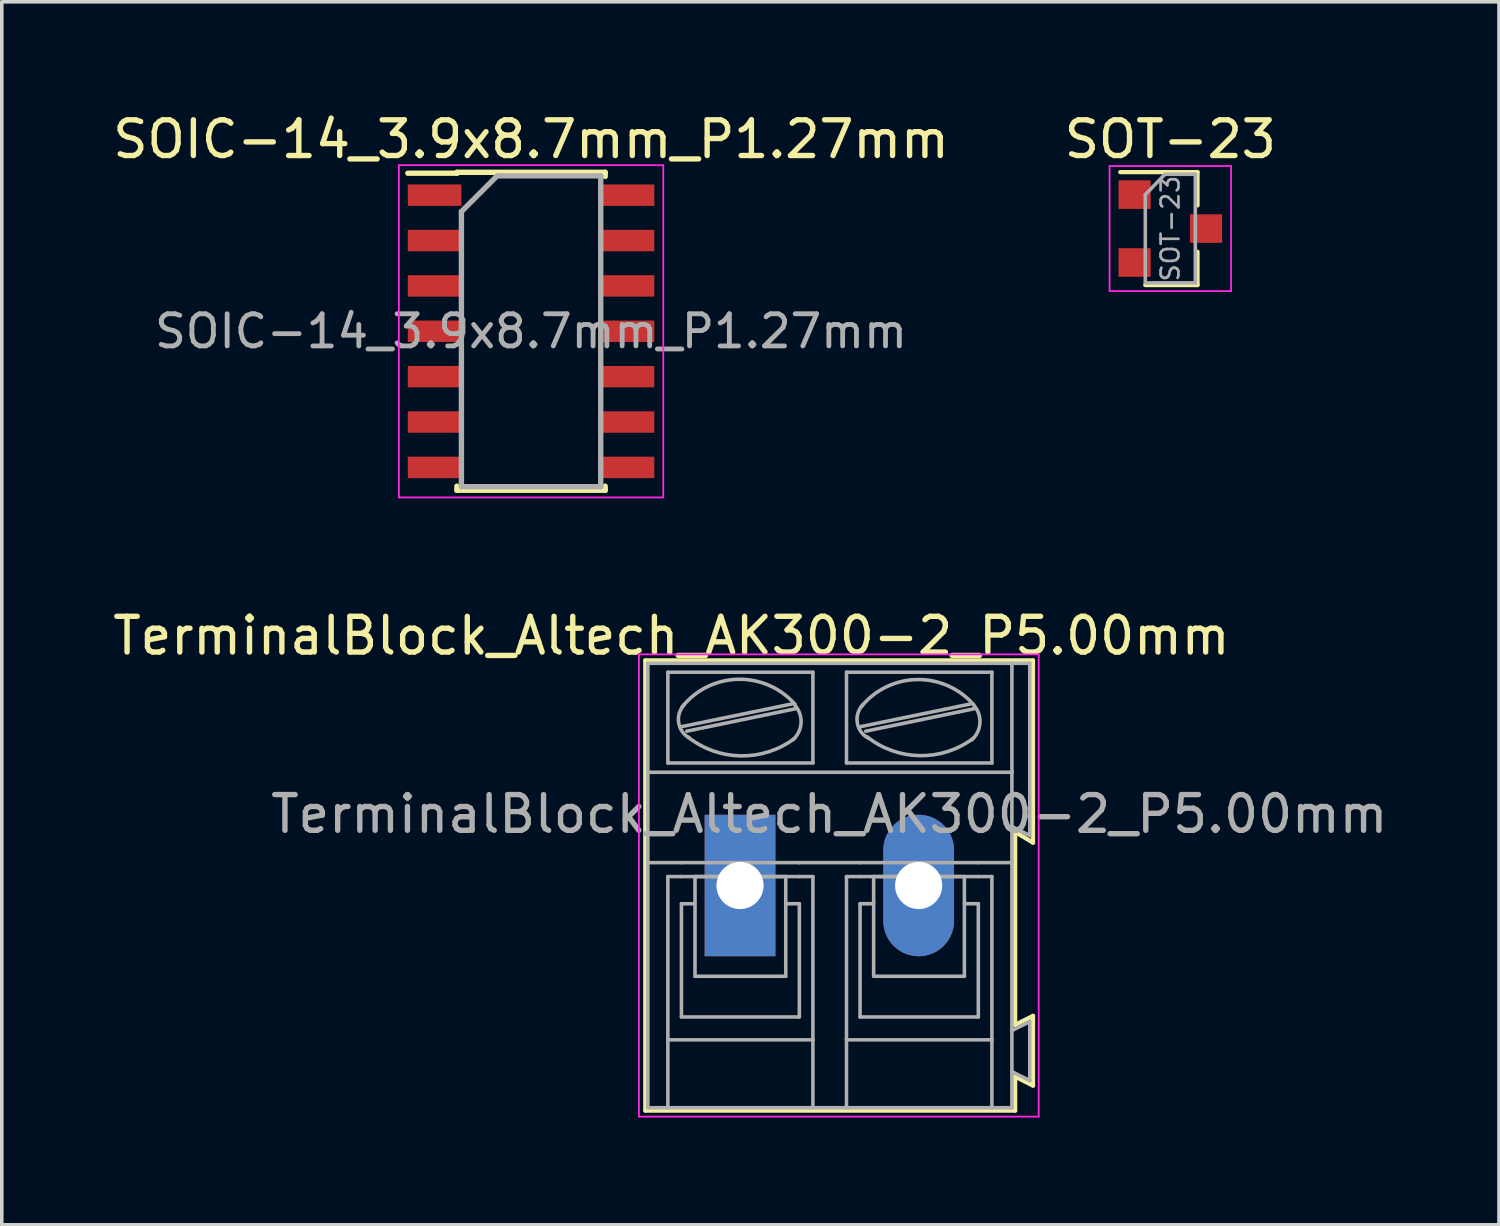
<source format=kicad_pcb>
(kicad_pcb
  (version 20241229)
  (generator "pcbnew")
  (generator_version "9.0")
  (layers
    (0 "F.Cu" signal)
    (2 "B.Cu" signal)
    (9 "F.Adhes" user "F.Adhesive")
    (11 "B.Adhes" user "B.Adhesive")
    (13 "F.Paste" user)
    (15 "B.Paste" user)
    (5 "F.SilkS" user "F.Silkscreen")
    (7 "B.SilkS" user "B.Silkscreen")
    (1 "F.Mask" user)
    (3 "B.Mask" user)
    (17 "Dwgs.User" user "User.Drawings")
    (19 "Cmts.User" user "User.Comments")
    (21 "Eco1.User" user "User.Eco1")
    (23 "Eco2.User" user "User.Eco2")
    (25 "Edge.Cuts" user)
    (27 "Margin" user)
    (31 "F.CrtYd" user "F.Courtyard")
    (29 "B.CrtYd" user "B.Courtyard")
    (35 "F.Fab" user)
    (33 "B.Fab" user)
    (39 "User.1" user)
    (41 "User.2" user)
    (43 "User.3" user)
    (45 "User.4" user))
  (footprint "SOIC-14_3.9x8.7mm_P1.27mm"
    (layer "F.Cu")
    (at 11.815 6.223)
    (property "Reference" "SOIC-14_3.9x8.7mm_P1.27mm" (at 0 -5.375 0) (layer "F.SilkS") (effects (font (size 1 1) (thickness 0.15))))
    (attr smd)
    (fp_line (start -2.075 -4.45) (end -2.075 -4.425) (stroke (width 0.15) (type solid)) (layer "F.SilkS"))
    (fp_line (start -2.075 -4.45) (end 2.075 -4.45) (stroke (width 0.15) (type solid)) (layer "F.SilkS"))
    (fp_line (start -2.075 -4.425) (end -3.45 -4.425) (stroke (width 0.15) (type solid)) (layer "F.SilkS"))
    (fp_line (start -2.075 4.45) (end -2.075 4.335) (stroke (width 0.15) (type solid)) (layer "F.SilkS"))
    (fp_line (start -2.075 4.45) (end 2.075 4.45) (stroke (width 0.15) (type solid)) (layer "F.SilkS"))
    (fp_line (start 2.075 -4.45) (end 2.075 -4.335) (stroke (width 0.15) (type solid)) (layer "F.SilkS"))
    (fp_line (start 2.075 4.45) (end 2.075 4.335) (stroke (width 0.15) (type solid)) (layer "F.SilkS"))
    (fp_line (start -3.7 -4.65) (end -3.7 4.65) (stroke (width 0.05) (type solid)) (layer "F.CrtYd"))
    (fp_line (start -3.7 -4.65) (end 3.7 -4.65) (stroke (width 0.05) (type solid)) (layer "F.CrtYd"))
    (fp_line (start -3.7 4.65) (end 3.7 4.65) (stroke (width 0.05) (type solid)) (layer "F.CrtYd"))
    (fp_line (start 3.7 -4.65) (end 3.7 4.65) (stroke (width 0.05) (type solid)) (layer "F.CrtYd"))
    (fp_line (start -1.95 -3.35) (end -0.95 -4.35) (stroke (width 0.15) (type solid)) (layer "F.Fab"))
    (fp_line (start -1.95 4.35) (end -1.95 -3.35) (stroke (width 0.15) (type solid)) (layer "F.Fab"))
    (fp_line (start -0.95 -4.35) (end 1.95 -4.35) (stroke (width 0.15) (type solid)) (layer "F.Fab"))
    (fp_line (start 1.95 -4.35) (end 1.95 4.35) (stroke (width 0.15) (type solid)) (layer "F.Fab"))
    (fp_line (start 1.95 4.35) (end -1.95 4.35) (stroke (width 0.15) (type solid)) (layer "F.Fab"))
    (fp_text user "${REFERENCE}" (at 0 0 0) (layer "F.Fab") (effects (font (size 0.9 0.9) (thickness 0.135))))
    (pad "1" smd rect (at -2.7 -3.81) (size 1.5 0.6) (layers "F.Cu" "F.Mask" "F.Paste"))
    (pad "2" smd rect (at -2.7 -2.54) (size 1.5 0.6) (layers "F.Cu" "F.Mask" "F.Paste"))
    (pad "3" smd rect (at -2.7 -1.27) (size 1.5 0.6) (layers "F.Cu" "F.Mask" "F.Paste"))
    (pad "4" smd rect (at -2.7 0) (size 1.5 0.6) (layers "F.Cu" "F.Mask" "F.Paste"))
    (pad "5" smd rect (at -2.7 1.27) (size 1.5 0.6) (layers "F.Cu" "F.Mask" "F.Paste"))
    (pad "6" smd rect (at -2.7 2.54) (size 1.5 0.6) (layers "F.Cu" "F.Mask" "F.Paste"))
    (pad "7" smd rect (at -2.7 3.81) (size 1.5 0.6) (layers "F.Cu" "F.Mask" "F.Paste"))
    (pad "8" smd rect (at 2.7 3.81) (size 1.5 0.6) (layers "F.Cu" "F.Mask" "F.Paste"))
    (pad "9" smd rect (at 2.7 2.54) (size 1.5 0.6) (layers "F.Cu" "F.Mask" "F.Paste"))
    (pad "10" smd rect (at 2.7 1.27) (size 1.5 0.6) (layers "F.Cu" "F.Mask" "F.Paste"))
    (pad "11" smd rect (at 2.7 0) (size 1.5 0.6) (layers "F.Cu" "F.Mask" "F.Paste"))
    (pad "12" smd rect (at 2.7 -1.27) (size 1.5 0.6) (layers "F.Cu" "F.Mask" "F.Paste"))
    (pad "13" smd rect (at 2.7 -2.54) (size 1.5 0.6) (layers "F.Cu" "F.Mask" "F.Paste"))
    (pad "14" smd rect (at 2.7 -3.81) (size 1.5 0.6) (layers "F.Cu" "F.Mask" "F.Paste")))
  (footprint "SOT-23"
    (layer "F.Cu")
    (at 29.708 3.348)
    (property "Reference" "SOT-23" (at 0 -2.5 0) (layer "F.SilkS") (effects (font (size 1 1) (thickness 0.15))))
    (attr smd)
    (fp_line (start 0.76 -1.58) (end -1.4 -1.58) (stroke (width 0.12) (type solid)) (layer "F.SilkS"))
    (fp_line (start 0.76 -1.58) (end 0.76 -0.65) (stroke (width 0.12) (type solid)) (layer "F.SilkS"))
    (fp_line (start 0.76 1.58) (end -0.7 1.58) (stroke (width 0.12) (type solid)) (layer "F.SilkS"))
    (fp_line (start 0.76 1.58) (end 0.76 0.65) (stroke (width 0.12) (type solid)) (layer "F.SilkS"))
    (fp_line (start -1.7 -1.75) (end 1.7 -1.75) (stroke (width 0.05) (type solid)) (layer "F.CrtYd"))
    (fp_line (start -1.7 1.75) (end -1.7 -1.75) (stroke (width 0.05) (type solid)) (layer "F.CrtYd"))
    (fp_line (start 1.7 -1.75) (end 1.7 1.75) (stroke (width 0.05) (type solid)) (layer "F.CrtYd"))
    (fp_line (start 1.7 1.75) (end -1.7 1.75) (stroke (width 0.05) (type solid)) (layer "F.CrtYd"))
    (fp_line (start -0.7 -0.95) (end -0.7 1.5) (stroke (width 0.1) (type solid)) (layer "F.Fab"))
    (fp_line (start -0.7 -0.95) (end -0.15 -1.52) (stroke (width 0.1) (type solid)) (layer "F.Fab"))
    (fp_line (start -0.7 1.52) (end 0.7 1.52) (stroke (width 0.1) (type solid)) (layer "F.Fab"))
    (fp_line (start -0.15 -1.52) (end 0.7 -1.52) (stroke (width 0.1) (type solid)) (layer "F.Fab"))
    (fp_line (start 0.7 -1.52) (end 0.7 1.52) (stroke (width 0.1) (type solid)) (layer "F.Fab"))
    (fp_text user "${REFERENCE}" (at 0 0 90) (layer "F.Fab") (effects (font (size 0.5 0.5) (thickness 0.075))))
    (pad "1" smd rect (at -1 -0.95) (size 0.9 0.8) (layers "F.Cu" "F.Mask" "F.Paste"))
    (pad "2" smd rect (at -1 0.95) (size 0.9 0.8) (layers "F.Cu" "F.Mask" "F.Paste"))
    (pad "3" smd rect (at 1 0) (size 0.9 0.8) (layers "F.Cu" "F.Mask" "F.Paste")))
  (footprint "TerminalBlock_Altech_AK300-2_P5.00mm"
    (layer "F.Cu")
    (at 17.664 21.736)
    (property "Reference" "TerminalBlock_Altech_AK300-2_P5.00mm" (at -1.92 -6.99 0) (layer "F.SilkS") (effects (font (size 1 1) (thickness 0.15))))
    (attr through_hole)
    (fp_line (start -2.65 -6.3) (end -2.65 6.3) (stroke (width 0.12) (type solid)) (layer "F.SilkS"))
    (fp_line (start -2.65 6.3) (end 7.7 6.3) (stroke (width 0.12) (type solid)) (layer "F.SilkS"))
    (fp_line (start 7.7 -1.5) (end 8.2 -1.2) (stroke (width 0.12) (type solid)) (layer "F.SilkS"))
    (fp_line (start 7.7 3.9) (end 7.7 -1.5) (stroke (width 0.12) (type solid)) (layer "F.SilkS"))
    (fp_line (start 7.7 5.35) (end 8.2 5.6) (stroke (width 0.12) (type solid)) (layer "F.SilkS"))
    (fp_line (start 7.7 6.3) (end 7.7 5.35) (stroke (width 0.12) (type solid)) (layer "F.SilkS"))
    (fp_line (start 8.2 -6.3) (end -2.65 -6.3) (stroke (width 0.12) (type solid)) (layer "F.SilkS"))
    (fp_line (start 8.2 -1.2) (end 8.2 -6.3) (stroke (width 0.12) (type solid)) (layer "F.SilkS"))
    (fp_line (start 8.2 3.65) (end 7.7 3.9) (stroke (width 0.12) (type solid)) (layer "F.SilkS"))
    (fp_line (start 8.2 3.7) (end 8.2 3.65) (stroke (width 0.12) (type solid)) (layer "F.SilkS"))
    (fp_line (start 8.2 5.6) (end 8.2 3.7) (stroke (width 0.12) (type solid)) (layer "F.SilkS"))
    (fp_line (start -2.83 -6.47) (end -2.83 6.47) (stroke (width 0.05) (type solid)) (layer "F.CrtYd"))
    (fp_line (start -2.83 -6.47) (end 8.36 -6.47) (stroke (width 0.05) (type solid)) (layer "F.CrtYd"))
    (fp_line (start 8.36 6.47) (end -2.83 6.47) (stroke (width 0.05) (type solid)) (layer "F.CrtYd"))
    (fp_line (start 8.36 6.47) (end 8.36 -6.47) (stroke (width 0.05) (type solid)) (layer "F.CrtYd"))
    (fp_line (start -2.58 -3.17) (end -2.58 -6.22) (stroke (width 0.1) (type solid)) (layer "F.Fab"))
    (fp_line (start -2.58 -3.17) (end 7.61 -3.17) (stroke (width 0.1) (type solid)) (layer "F.Fab"))
    (fp_line (start -2.58 -0.64) (end -2.58 -3.17) (stroke (width 0.1) (type solid)) (layer "F.Fab"))
    (fp_line (start -2.58 -0.64) (end -1.64 -0.64) (stroke (width 0.1) (type solid)) (layer "F.Fab"))
    (fp_line (start -2.58 6.22) (end -2.58 -0.64) (stroke (width 0.1) (type solid)) (layer "F.Fab"))
    (fp_line (start -2.58 6.22) (end -2.02 6.22) (stroke (width 0.1) (type solid)) (layer "F.Fab"))
    (fp_line (start -2.02 -3.43) (end -2.02 -5.97) (stroke (width 0.1) (type solid)) (layer "F.Fab"))
    (fp_line (start -2.02 -0.25) (end -2.02 4.32) (stroke (width 0.1) (type solid)) (layer "F.Fab"))
    (fp_line (start -2.02 -0.25) (end -1.64 -0.25) (stroke (width 0.1) (type solid)) (layer "F.Fab"))
    (fp_line (start -2.02 4.32) (end -2.02 6.22) (stroke (width 0.1) (type solid)) (layer "F.Fab"))
    (fp_line (start -2.02 6.22) (end 2.04 6.22) (stroke (width 0.1) (type solid)) (layer "F.Fab"))
    (fp_line (start -1.64 -0.64) (end 1.66 -0.64) (stroke (width 0.1) (type solid)) (layer "F.Fab"))
    (fp_line (start -1.64 0.51) (end -1.26 0.51) (stroke (width 0.1) (type solid)) (layer "F.Fab"))
    (fp_line (start -1.64 3.68) (end -1.64 0.51) (stroke (width 0.1) (type solid)) (layer "F.Fab"))
    (fp_line (start -1.62 -4.45) (end 1.44 -5.08) (stroke (width 0.1) (type solid)) (layer "F.Fab"))
    (fp_line (start -1.49 -4.32) (end 1.56 -4.95) (stroke (width 0.1) (type solid)) (layer "F.Fab"))
    (fp_line (start -1.26 -0.25) (end 1.28 -0.25) (stroke (width 0.1) (type solid)) (layer "F.Fab"))
    (fp_line (start -1.26 2.54) (end -1.26 -0.25) (stroke (width 0.1) (type solid)) (layer "F.Fab"))
    (fp_line (start -1.26 2.54) (end 1.28 2.54) (stroke (width 0.1) (type solid)) (layer "F.Fab"))
    (fp_line (start 1.28 2.54) (end 1.28 -0.25) (stroke (width 0.1) (type solid)) (layer "F.Fab"))
    (fp_line (start 1.66 -0.64) (end 3.36 -0.64) (stroke (width 0.1) (type solid)) (layer "F.Fab"))
    (fp_line (start 1.66 -0.25) (end -1.64 -0.25) (stroke (width 0.1) (type solid)) (layer "F.Fab"))
    (fp_line (start 1.66 0.51) (end 1.28 0.51) (stroke (width 0.1) (type solid)) (layer "F.Fab"))
    (fp_line (start 1.66 3.68) (end -1.64 3.68) (stroke (width 0.1) (type solid)) (layer "F.Fab"))
    (fp_line (start 1.66 3.68) (end 1.66 0.51) (stroke (width 0.1) (type solid)) (layer "F.Fab"))
    (fp_line (start 2.04 -5.97) (end -2.02 -5.97) (stroke (width 0.1) (type solid)) (layer "F.Fab"))
    (fp_line (start 2.04 -3.43) (end -2.02 -3.43) (stroke (width 0.1) (type solid)) (layer "F.Fab"))
    (fp_line (start 2.04 -3.43) (end 2.04 -5.97) (stroke (width 0.1) (type solid)) (layer "F.Fab"))
    (fp_line (start 2.04 -0.25) (end 1.66 -0.25) (stroke (width 0.1) (type solid)) (layer "F.Fab"))
    (fp_line (start 2.04 4.32) (end -2.02 4.32) (stroke (width 0.1) (type solid)) (layer "F.Fab"))
    (fp_line (start 2.04 4.32) (end 2.04 -0.25) (stroke (width 0.1) (type solid)) (layer "F.Fab"))
    (fp_line (start 2.04 6.22) (end 2.04 4.32) (stroke (width 0.1) (type solid)) (layer "F.Fab"))
    (fp_line (start 2.04 6.22) (end 2.98 6.22) (stroke (width 0.1) (type solid)) (layer "F.Fab"))
    (fp_line (start 2.98 -5.97) (end 7.05 -5.97) (stroke (width 0.1) (type solid)) (layer "F.Fab"))
    (fp_line (start 2.98 -3.43) (end 2.98 -5.97) (stroke (width 0.1) (type solid)) (layer "F.Fab"))
    (fp_line (start 2.98 -0.25) (end 3.36 -0.25) (stroke (width 0.1) (type solid)) (layer "F.Fab"))
    (fp_line (start 2.98 4.32) (end 2.98 -0.25) (stroke (width 0.1) (type solid)) (layer "F.Fab"))
    (fp_line (start 2.98 4.32) (end 7.05 4.32) (stroke (width 0.1) (type solid)) (layer "F.Fab"))
    (fp_line (start 2.98 6.22) (end 2.98 4.32) (stroke (width 0.1) (type solid)) (layer "F.Fab"))
    (fp_line (start 2.98 6.22) (end 7.05 6.22) (stroke (width 0.1) (type solid)) (layer "F.Fab"))
    (fp_line (start 3.36 -0.25) (end 6.67 -0.25) (stroke (width 0.1) (type solid)) (layer "F.Fab"))
    (fp_line (start 3.36 0.51) (end 3.74 0.51) (stroke (width 0.1) (type solid)) (layer "F.Fab"))
    (fp_line (start 3.36 3.68) (end 3.36 0.51) (stroke (width 0.1) (type solid)) (layer "F.Fab"))
    (fp_line (start 3.39 -4.45) (end 6.44 -5.08) (stroke (width 0.1) (type solid)) (layer "F.Fab"))
    (fp_line (start 3.52 -4.32) (end 6.56 -4.95) (stroke (width 0.1) (type solid)) (layer "F.Fab"))
    (fp_line (start 3.74 -0.25) (end 6.28 -0.25) (stroke (width 0.1) (type solid)) (layer "F.Fab"))
    (fp_line (start 3.74 2.54) (end 3.74 -0.25) (stroke (width 0.1) (type solid)) (layer "F.Fab"))
    (fp_line (start 3.74 2.54) (end 6.28 2.54) (stroke (width 0.1) (type solid)) (layer "F.Fab"))
    (fp_line (start 6.28 2.54) (end 6.28 -0.25) (stroke (width 0.1) (type solid)) (layer "F.Fab"))
    (fp_line (start 6.67 -0.64) (end 3.36 -0.64) (stroke (width 0.1) (type solid)) (layer "F.Fab"))
    (fp_line (start 6.67 0.51) (end 6.28 0.51) (stroke (width 0.1) (type solid)) (layer "F.Fab"))
    (fp_line (start 6.67 3.68) (end 3.36 3.68) (stroke (width 0.1) (type solid)) (layer "F.Fab"))
    (fp_line (start 6.67 3.68) (end 6.67 0.51) (stroke (width 0.1) (type solid)) (layer "F.Fab"))
    (fp_line (start 7.05 -5.97) (end 7.05 -3.43) (stroke (width 0.1) (type solid)) (layer "F.Fab"))
    (fp_line (start 7.05 -3.43) (end 2.98 -3.43) (stroke (width 0.1) (type solid)) (layer "F.Fab"))
    (fp_line (start 7.05 -0.25) (end 6.67 -0.25) (stroke (width 0.1) (type solid)) (layer "F.Fab"))
    (fp_line (start 7.05 -0.25) (end 7.05 4.32) (stroke (width 0.1) (type solid)) (layer "F.Fab"))
    (fp_line (start 7.05 4.32) (end 7.05 6.22) (stroke (width 0.1) (type solid)) (layer "F.Fab"))
    (fp_line (start 7.05 6.22) (end 7.61 6.22) (stroke (width 0.1) (type solid)) (layer "F.Fab"))
    (fp_line (start 7.61 -6.22) (end -2.58 -6.22) (stroke (width 0.1) (type solid)) (layer "F.Fab"))
    (fp_line (start 7.61 -6.22) (end 7.61 -3.17) (stroke (width 0.1) (type solid)) (layer "F.Fab"))
    (fp_line (start 7.61 -6.22) (end 8.11 -6.22) (stroke (width 0.1) (type solid)) (layer "F.Fab"))
    (fp_line (start 7.61 -3.17) (end 7.61 -1.65) (stroke (width 0.1) (type solid)) (layer "F.Fab"))
    (fp_line (start 7.61 -1.65) (end 7.61 -0.64) (stroke (width 0.1) (type solid)) (layer "F.Fab"))
    (fp_line (start 7.61 -0.64) (end 6.67 -0.64) (stroke (width 0.1) (type solid)) (layer "F.Fab"))
    (fp_line (start 7.61 -0.64) (end 7.61 4.06) (stroke (width 0.1) (type solid)) (layer "F.Fab"))
    (fp_line (start 7.61 4.06) (end 7.61 5.21) (stroke (width 0.1) (type solid)) (layer "F.Fab"))
    (fp_line (start 7.61 5.21) (end 7.61 6.22) (stroke (width 0.1) (type solid)) (layer "F.Fab"))
    (fp_line (start 8.11 -6.22) (end 8.11 -1.4) (stroke (width 0.1) (type solid)) (layer "F.Fab"))
    (fp_line (start 8.11 -1.4) (end 7.61 -1.65) (stroke (width 0.1) (type solid)) (layer "F.Fab"))
    (fp_line (start 8.11 3.81) (end 7.61 4.06) (stroke (width 0.1) (type solid)) (layer "F.Fab"))
    (fp_line (start 8.11 3.81) (end 8.11 5.46) (stroke (width 0.1) (type solid)) (layer "F.Fab"))
    (fp_line (start 8.11 5.46) (end 7.61 5.21) (stroke (width 0.1) (type solid)) (layer "F.Fab"))
    (fp_arc (start -1.62 -5) (mid -0.05669 -5.772528) (end 1.539976 -5.071534) (stroke (width 0.1) (type solid)) (layer "F.Fab"))
    (fp_arc (start -1.42 -4.13) (mid -1.718466 -4.559406) (end -1.562972 -5.058699) (stroke (width 0.1) (type solid)) (layer "F.Fab"))
    (fp_arc (start 1.53 -5.05) (mid 1.708693 -4.558754) (end 1.485619 -4.086005) (stroke (width 0.1) (type solid)) (layer "F.Fab"))
    (fp_arc (start 1.53 -4.12) (mid 0.02849 -3.628196) (end -1.459829 -4.158582) (stroke (width 0.1) (type solid)) (layer "F.Fab"))
    (fp_arc (start 3.39 -5) (mid 4.949737 -5.764867) (end 6.538239 -5.061686) (stroke (width 0.1) (type solid)) (layer "F.Fab"))
    (fp_arc (start 3.58 -4.13) (mid 3.281534 -4.559406) (end 3.437028 -5.058699) (stroke (width 0.1) (type solid)) (layer "F.Fab"))
    (fp_arc (start 6.53 -4.12) (mid 5.030583 -3.634318) (end 3.547667 -4.168263) (stroke (width 0.1) (type solid)) (layer "F.Fab"))
    (fp_arc (start 6.54 -5.05) (mid 6.715733 -4.551652) (end 6.485532 -4.076005) (stroke (width 0.1) (type solid)) (layer "F.Fab"))
    (fp_text user "${REFERENCE}" (at 2.5 -2 0) (layer "F.Fab") (effects (font (size 1 1) (thickness 0.15))))
    (pad "1" thru_hole rect (at 0 0) (size 1.98 3.96) (drill 1.32) (layers "*.Cu" "*.Mask"))
    (pad "2" thru_hole oval (at 5 0) (size 1.98 3.96) (drill 1.32) (layers "*.Cu" "*.Mask")))
  (gr_rect
    (start -3 -3)
    (end 38.908 31.232)
    (stroke (width 0.1) (type default))
    (fill no)
    (layer "Edge.Cuts")))
</source>
